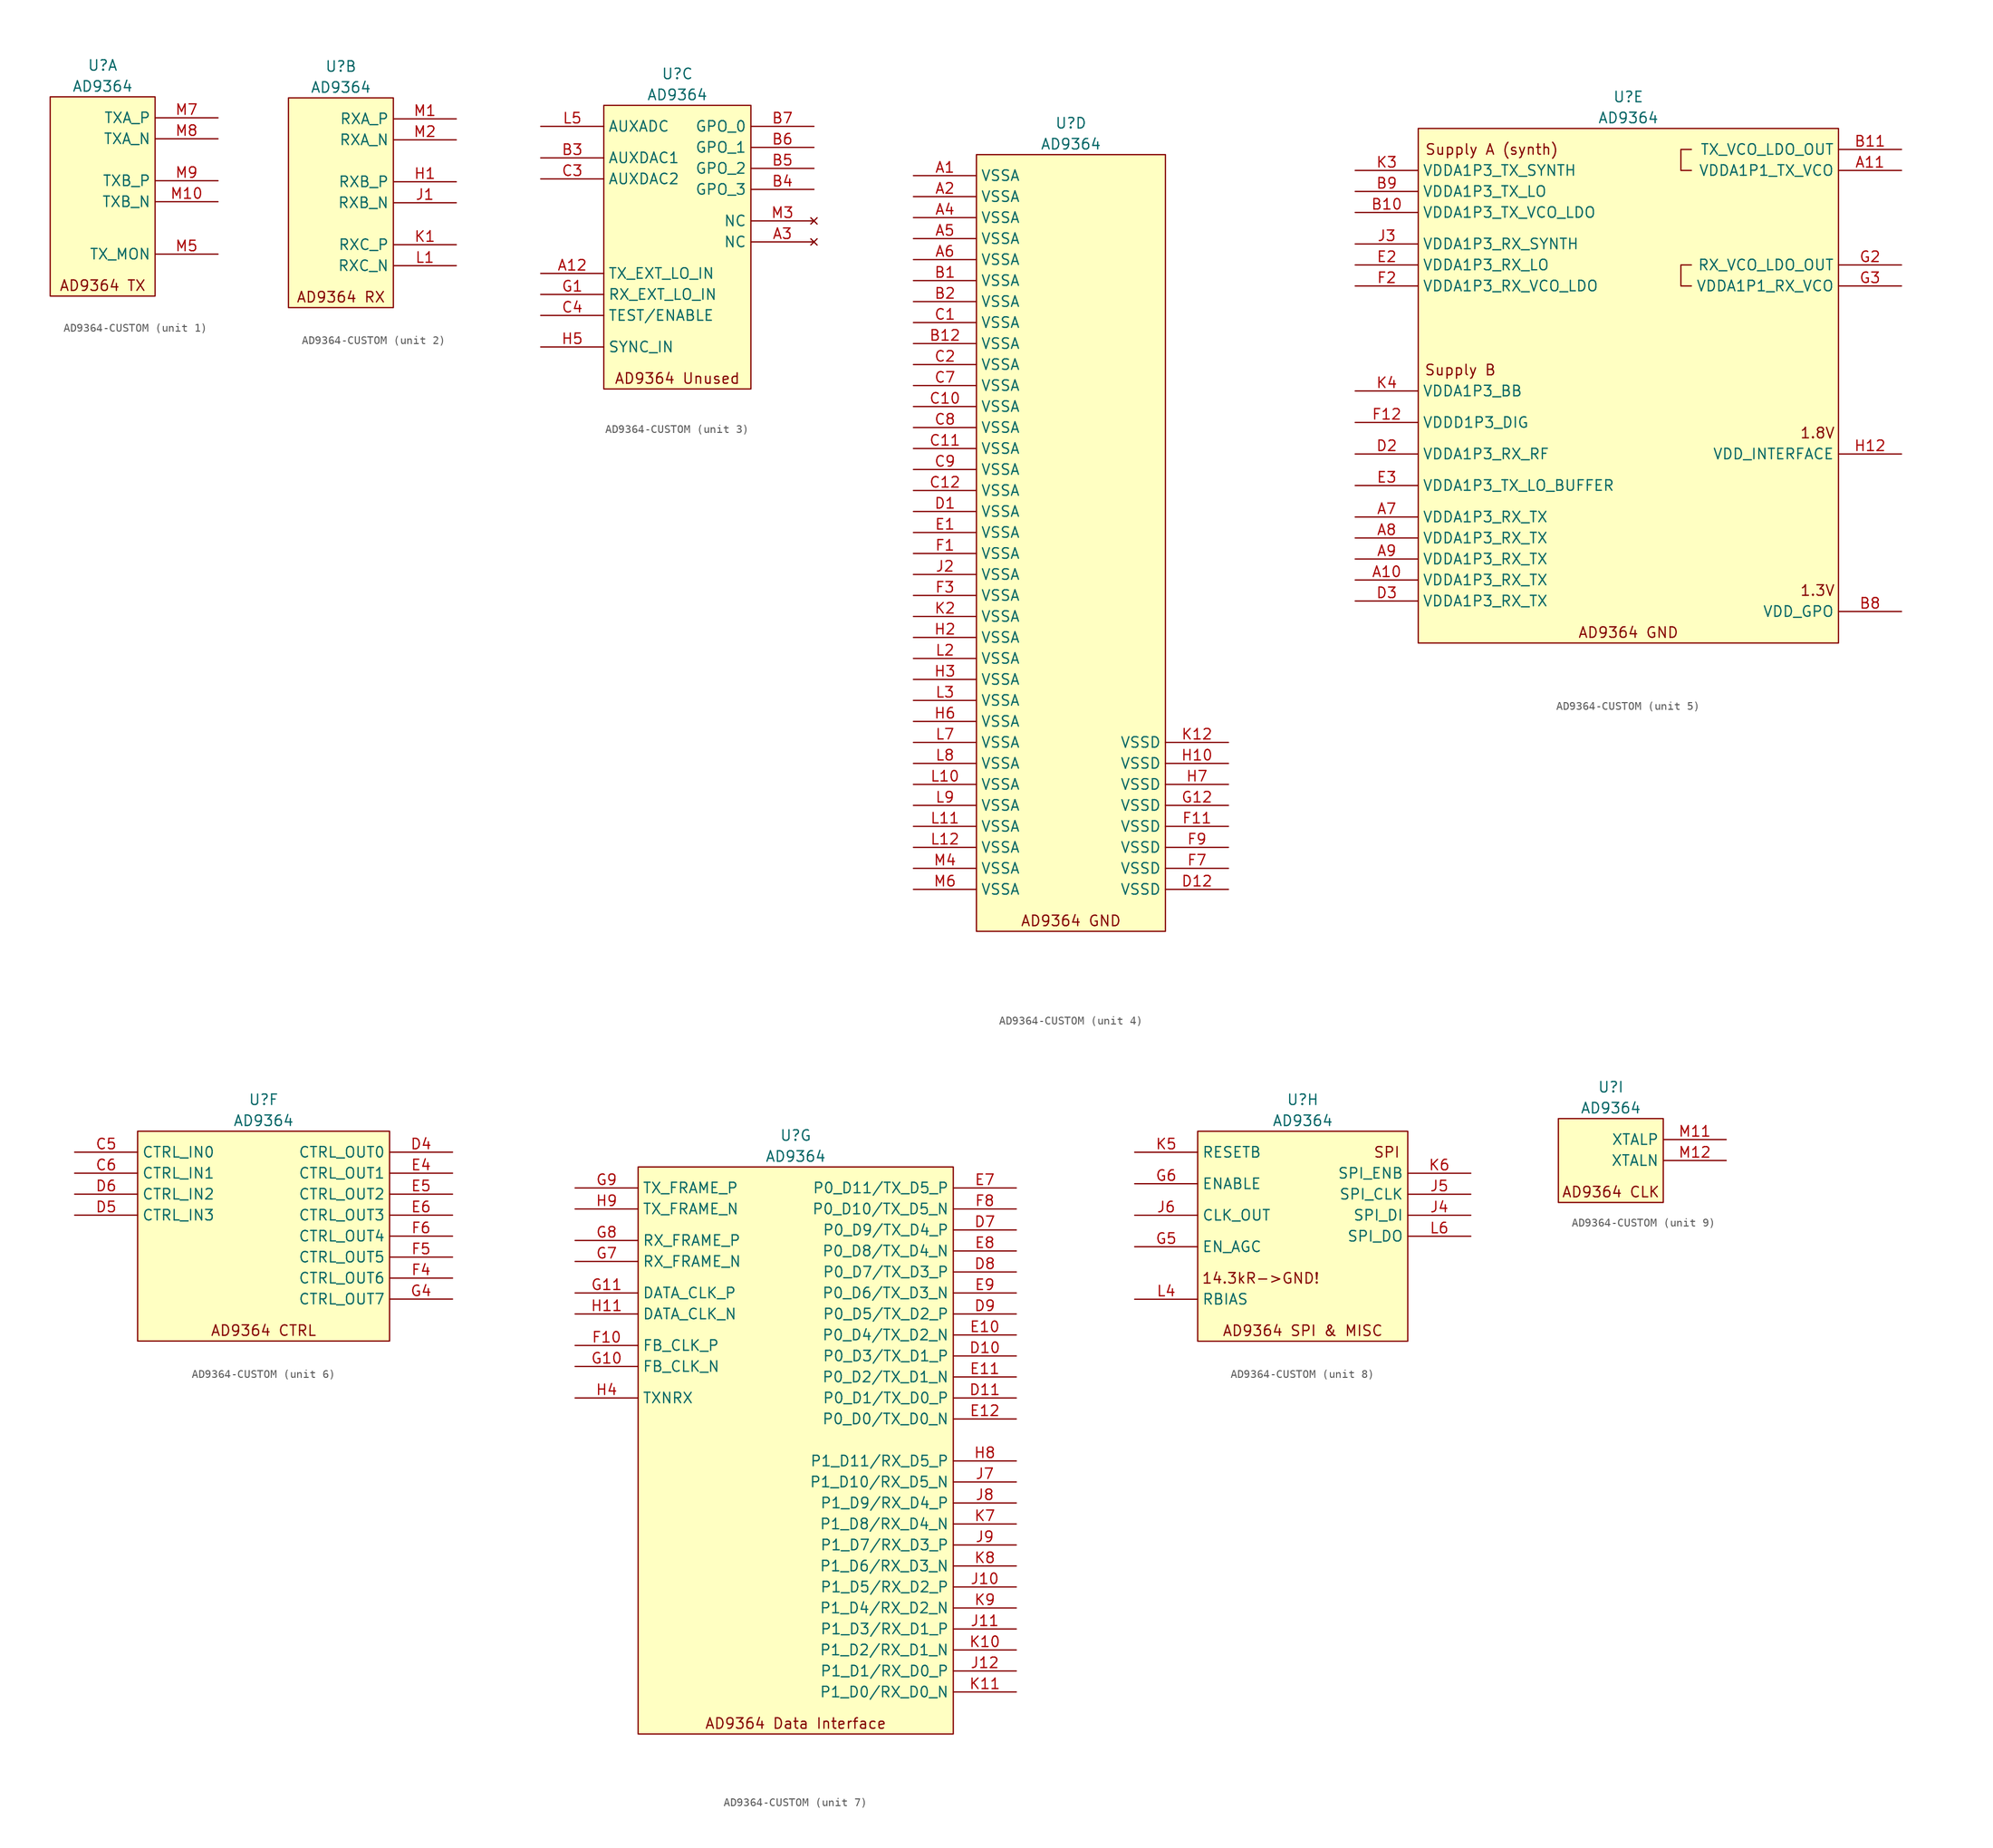
<source format=kicad_sym>
(kicad_symbol_lib
  (version 20231120)
  (generator "kicad_symbol_editor")
  (generator_version "8.0")
  (symbol "AD9364-CUSTOM"
    (property "Reference" "U"
      (at 0 3.81 0)
      (effects (font (size 1.27 1.27))))
    (property "Value" "AD9364"
      (at 0 1.27 0)
      (effects (font (size 1.27 1.27))))
    (property "ki_locked" ""
      (at 0 0 0)
      (effects (font (size 1.27 1.27))))
    (symbol "AD9364-CUSTOM_1_1"
      (unit_name "RF-TX")
      (rectangle (start -6.35 0) (end 6.35 -24.13) (stroke (width 0) (type default)) (fill (type background)))
      (text "AD9364 TX" (at 0 -22.86 0) (effects (font (size 1.27 1.27))))
      (pin unspecified line (at 13.97 -12.7 180) (length 7.62) (name "TXB_N" (effects (font (size 1.27 1.27)))) (number "M10" (effects (font (size 1.27 1.27)))))
      (pin unspecified line (at 13.97 -19.05 180) (length 7.62) (name "TX_MON" (effects (font (size 1.27 1.27)))) (number "M5" (effects (font (size 1.27 1.27)))))
      (pin unspecified line (at 13.97 -2.54 180) (length 7.62) (name "TXA_P" (effects (font (size 1.27 1.27)))) (number "M7" (effects (font (size 1.27 1.27)))))
      (pin unspecified line (at 13.97 -5.08 180) (length 7.62) (name "TXA_N" (effects (font (size 1.27 1.27)))) (number "M8" (effects (font (size 1.27 1.27)))))
      (pin unspecified line (at 13.97 -10.16 180) (length 7.62) (name "TXB_P" (effects (font (size 1.27 1.27)))) (number "M9" (effects (font (size 1.27 1.27))))))
    (symbol "AD9364-CUSTOM_2_1"
      (unit_name "RF-RX")
      (rectangle (start -6.35 0) (end 6.35 -25.4) (stroke (width 0) (type default)) (fill (type background)))
      (text "AD9364 RX" (at 0 -24.13 0) (effects (font (size 1.27 1.27))))
      (pin unspecified line (at 13.97 -10.16 180) (length 7.62) (name "RXB_P" (effects (font (size 1.27 1.27)))) (number "H1" (effects (font (size 1.27 1.27)))))
      (pin unspecified line (at 13.97 -12.7 180) (length 7.62) (name "RXB_N" (effects (font (size 1.27 1.27)))) (number "J1" (effects (font (size 1.27 1.27)))))
      (pin unspecified line (at 13.97 -17.78 180) (length 7.62) (name "RXC_P" (effects (font (size 1.27 1.27)))) (number "K1" (effects (font (size 1.27 1.27)))))
      (pin unspecified line (at 13.97 -20.32 180) (length 7.62) (name "RXC_N" (effects (font (size 1.27 1.27)))) (number "L1" (effects (font (size 1.27 1.27)))))
      (pin unspecified line (at 13.97 -2.54 180) (length 7.62) (name "RXA_P" (effects (font (size 1.27 1.27)))) (number "M1" (effects (font (size 1.27 1.27)))))
      (pin unspecified line (at 13.97 -5.08 180) (length 7.62) (name "RXA_N" (effects (font (size 1.27 1.27)))) (number "M2" (effects (font (size 1.27 1.27))))))
    (symbol "AD9364-CUSTOM_3_1"
      (unit_name "Unused")
      (rectangle (start -8.89 0) (end 8.89 -34.29) (stroke (width 0) (type default)) (fill (type background)))
      (text "AD9364 Unused" (at 0 -33.02 0) (effects (font (size 1.27 1.27))))
      (pin unspecified line (at -16.51 -20.32 0) (length 7.62) (name "TX_EXT_LO_IN" (effects (font (size 1.27 1.27)))) (number "A12" (effects (font (size 1.27 1.27)))))
      (pin no_connect line (at 16.51 -16.51 180) (length 7.62) (name "NC" (effects (font (size 1.27 1.27)))) (number "A3" (effects (font (size 1.27 1.27)))))
      (pin unspecified line (at -16.51 -6.35 0) (length 7.62) (name "AUXDAC1" (effects (font (size 1.27 1.27)))) (number "B3" (effects (font (size 1.27 1.27)))))
      (pin unspecified line (at 16.51 -10.16 180) (length 7.62) (name "GPO_3" (effects (font (size 1.27 1.27)))) (number "B4" (effects (font (size 1.27 1.27)))))
      (pin unspecified line (at 16.51 -7.62 180) (length 7.62) (name "GPO_2" (effects (font (size 1.27 1.27)))) (number "B5" (effects (font (size 1.27 1.27)))))
      (pin unspecified line (at 16.51 -5.08 180) (length 7.62) (name "GPO_1" (effects (font (size 1.27 1.27)))) (number "B6" (effects (font (size 1.27 1.27)))))
      (pin unspecified line (at 16.51 -2.54 180) (length 7.62) (name "GPO_0" (effects (font (size 1.27 1.27)))) (number "B7" (effects (font (size 1.27 1.27)))))
      (pin unspecified line (at -16.51 -8.89 0) (length 7.62) (name "AUXDAC2" (effects (font (size 1.27 1.27)))) (number "C3" (effects (font (size 1.27 1.27)))))
      (pin unspecified line (at -16.51 -25.4 0) (length 7.62) (name "TEST/ENABLE" (effects (font (size 1.27 1.27)))) (number "C4" (effects (font (size 1.27 1.27)))))
      (pin unspecified line (at -16.51 -22.86 0) (length 7.62) (name "RX_EXT_LO_IN" (effects (font (size 1.27 1.27)))) (number "G1" (effects (font (size 1.27 1.27)))))
      (pin unspecified line (at -16.51 -29.21 0) (length 7.62) (name "SYNC_IN" (effects (font (size 1.27 1.27)))) (number "H5" (effects (font (size 1.27 1.27)))))
      (pin unspecified line (at -16.51 -2.54 0) (length 7.62) (name "AUXADC" (effects (font (size 1.27 1.27)))) (number "L5" (effects (font (size 1.27 1.27)))))
      (pin no_connect line (at 16.51 -13.97 180) (length 7.62) (name "NC" (effects (font (size 1.27 1.27)))) (number "M3" (effects (font (size 1.27 1.27))))))
    (symbol "AD9364-CUSTOM_4_1"
      (unit_name "Power-GND")
      (rectangle (start -11.43 0) (end 11.43 -93.98) (stroke (width 0) (type default)) (fill (type background)))
      (text "AD9364 GND" (at 0 -92.71 0) (effects (font (size 1.27 1.27))))
      (pin unspecified line (at -19.05 -2.54 0) (length 7.62) (name "VSSA" (effects (font (size 1.27 1.27)))) (number "A1" (effects (font (size 1.27 1.27)))))
      (pin unspecified line (at -19.05 -5.08 0) (length 7.62) (name "VSSA" (effects (font (size 1.27 1.27)))) (number "A2" (effects (font (size 1.27 1.27)))))
      (pin unspecified line (at -19.05 -7.62 0) (length 7.62) (name "VSSA" (effects (font (size 1.27 1.27)))) (number "A4" (effects (font (size 1.27 1.27)))))
      (pin unspecified line (at -19.05 -10.16 0) (length 7.62) (name "VSSA" (effects (font (size 1.27 1.27)))) (number "A5" (effects (font (size 1.27 1.27)))))
      (pin unspecified line (at -19.05 -12.7 0) (length 7.62) (name "VSSA" (effects (font (size 1.27 1.27)))) (number "A6" (effects (font (size 1.27 1.27)))))
      (pin unspecified line (at -19.05 -15.24 0) (length 7.62) (name "VSSA" (effects (font (size 1.27 1.27)))) (number "B1" (effects (font (size 1.27 1.27)))))
      (pin unspecified line (at -19.05 -22.86 0) (length 7.62) (name "VSSA" (effects (font (size 1.27 1.27)))) (number "B12" (effects (font (size 1.27 1.27)))))
      (pin unspecified line (at -19.05 -17.78 0) (length 7.62) (name "VSSA" (effects (font (size 1.27 1.27)))) (number "B2" (effects (font (size 1.27 1.27)))))
      (pin unspecified line (at -19.05 -20.32 0) (length 7.62) (name "VSSA" (effects (font (size 1.27 1.27)))) (number "C1" (effects (font (size 1.27 1.27)))))
      (pin unspecified line (at -19.05 -30.48 0) (length 7.62) (name "VSSA" (effects (font (size 1.27 1.27)))) (number "C10" (effects (font (size 1.27 1.27)))))
      (pin unspecified line (at -19.05 -35.56 0) (length 7.62) (name "VSSA" (effects (font (size 1.27 1.27)))) (number "C11" (effects (font (size 1.27 1.27)))))
      (pin unspecified line (at -19.05 -40.64 0) (length 7.62) (name "VSSA" (effects (font (size 1.27 1.27)))) (number "C12" (effects (font (size 1.27 1.27)))))
      (pin unspecified line (at -19.05 -25.4 0) (length 7.62) (name "VSSA" (effects (font (size 1.27 1.27)))) (number "C2" (effects (font (size 1.27 1.27)))))
      (pin unspecified line (at -19.05 -27.94 0) (length 7.62) (name "VSSA" (effects (font (size 1.27 1.27)))) (number "C7" (effects (font (size 1.27 1.27)))))
      (pin unspecified line (at -19.05 -33.02 0) (length 7.62) (name "VSSA" (effects (font (size 1.27 1.27)))) (number "C8" (effects (font (size 1.27 1.27)))))
      (pin unspecified line (at -19.05 -38.1 0) (length 7.62) (name "VSSA" (effects (font (size 1.27 1.27)))) (number "C9" (effects (font (size 1.27 1.27)))))
      (pin unspecified line (at -19.05 -43.18 0) (length 7.62) (name "VSSA" (effects (font (size 1.27 1.27)))) (number "D1" (effects (font (size 1.27 1.27)))))
      (pin unspecified line (at 19.05 -88.9 180) (length 7.62) (name "VSSD" (effects (font (size 1.27 1.27)))) (number "D12" (effects (font (size 1.27 1.27)))))
      (pin unspecified line (at -19.05 -45.72 0) (length 7.62) (name "VSSA" (effects (font (size 1.27 1.27)))) (number "E1" (effects (font (size 1.27 1.27)))))
      (pin unspecified line (at -19.05 -48.26 0) (length 7.62) (name "VSSA" (effects (font (size 1.27 1.27)))) (number "F1" (effects (font (size 1.27 1.27)))))
      (pin unspecified line (at 19.05 -81.28 180) (length 7.62) (name "VSSD" (effects (font (size 1.27 1.27)))) (number "F11" (effects (font (size 1.27 1.27)))))
      (pin unspecified line (at -19.05 -53.34 0) (length 7.62) (name "VSSA" (effects (font (size 1.27 1.27)))) (number "F3" (effects (font (size 1.27 1.27)))))
      (pin unspecified line (at 19.05 -86.36 180) (length 7.62) (name "VSSD" (effects (font (size 1.27 1.27)))) (number "F7" (effects (font (size 1.27 1.27)))))
      (pin unspecified line (at 19.05 -83.82 180) (length 7.62) (name "VSSD" (effects (font (size 1.27 1.27)))) (number "F9" (effects (font (size 1.27 1.27)))))
      (pin unspecified line (at 19.05 -78.74 180) (length 7.62) (name "VSSD" (effects (font (size 1.27 1.27)))) (number "G12" (effects (font (size 1.27 1.27)))))
      (pin unspecified line (at 19.05 -73.66 180) (length 7.62) (name "VSSD" (effects (font (size 1.27 1.27)))) (number "H10" (effects (font (size 1.27 1.27)))))
      (pin unspecified line (at -19.05 -58.42 0) (length 7.62) (name "VSSA" (effects (font (size 1.27 1.27)))) (number "H2" (effects (font (size 1.27 1.27)))))
      (pin unspecified line (at -19.05 -63.5 0) (length 7.62) (name "VSSA" (effects (font (size 1.27 1.27)))) (number "H3" (effects (font (size 1.27 1.27)))))
      (pin unspecified line (at -19.05 -68.58 0) (length 7.62) (name "VSSA" (effects (font (size 1.27 1.27)))) (number "H6" (effects (font (size 1.27 1.27)))))
      (pin unspecified line (at 19.05 -76.2 180) (length 7.62) (name "VSSD" (effects (font (size 1.27 1.27)))) (number "H7" (effects (font (size 1.27 1.27)))))
      (pin unspecified line (at -19.05 -50.8 0) (length 7.62) (name "VSSA" (effects (font (size 1.27 1.27)))) (number "J2" (effects (font (size 1.27 1.27)))))
      (pin unspecified line (at 19.05 -71.12 180) (length 7.62) (name "VSSD" (effects (font (size 1.27 1.27)))) (number "K12" (effects (font (size 1.27 1.27)))))
      (pin unspecified line (at -19.05 -55.88 0) (length 7.62) (name "VSSA" (effects (font (size 1.27 1.27)))) (number "K2" (effects (font (size 1.27 1.27)))))
      (pin unspecified line (at -19.05 -76.2 0) (length 7.62) (name "VSSA" (effects (font (size 1.27 1.27)))) (number "L10" (effects (font (size 1.27 1.27)))))
      (pin unspecified line (at -19.05 -81.28 0) (length 7.62) (name "VSSA" (effects (font (size 1.27 1.27)))) (number "L11" (effects (font (size 1.27 1.27)))))
      (pin unspecified line (at -19.05 -83.82 0) (length 7.62) (name "VSSA" (effects (font (size 1.27 1.27)))) (number "L12" (effects (font (size 1.27 1.27)))))
      (pin unspecified line (at -19.05 -60.96 0) (length 7.62) (name "VSSA" (effects (font (size 1.27 1.27)))) (number "L2" (effects (font (size 1.27 1.27)))))
      (pin unspecified line (at -19.05 -66.04 0) (length 7.62) (name "VSSA" (effects (font (size 1.27 1.27)))) (number "L3" (effects (font (size 1.27 1.27)))))
      (pin unspecified line (at -19.05 -71.12 0) (length 7.62) (name "VSSA" (effects (font (size 1.27 1.27)))) (number "L7" (effects (font (size 1.27 1.27)))))
      (pin unspecified line (at -19.05 -73.66 0) (length 7.62) (name "VSSA" (effects (font (size 1.27 1.27)))) (number "L8" (effects (font (size 1.27 1.27)))))
      (pin unspecified line (at -19.05 -78.74 0) (length 7.62) (name "VSSA" (effects (font (size 1.27 1.27)))) (number "L9" (effects (font (size 1.27 1.27)))))
      (pin unspecified line (at -19.05 -86.36 0) (length 7.62) (name "VSSA" (effects (font (size 1.27 1.27)))) (number "M4" (effects (font (size 1.27 1.27)))))
      (pin unspecified line (at -19.05 -88.9 0) (length 7.62) (name "VSSA" (effects (font (size 1.27 1.27)))) (number "M6" (effects (font (size 1.27 1.27))))))
    (symbol "AD9364-CUSTOM_5_1"
      (unit_name "Power")
      (rectangle (start -25.4 0) (end 25.4 -62.23) (stroke (width 0) (type default)) (fill (type background)))
      (polyline (pts (xy 7.62 -16.51) (xy 6.35 -16.51) (xy 6.35 -19.05) (xy 7.62 -19.05)) (stroke (width 0) (type default)) (fill (type none)))
      (polyline (pts (xy 7.62 -2.54) (xy 6.35 -2.54) (xy 6.35 -5.08) (xy 7.62 -5.08)) (stroke (width 0) (type default)) (fill (type none)))
      (text "1.3V" (at 22.86 -55.88 0) (effects (font (size 1.27 1.27))))
      (text "1.8V" (at 22.86 -36.83 0) (effects (font (size 1.27 1.27))))
      (text "AD9364 GND" (at 0 -60.96 0) (effects (font (size 1.27 1.27))))
      (text "Supply A (synth)" (at -16.51 -2.54 0) (effects (font (size 1.27 1.27))))
      (text "Supply B" (at -20.32 -29.21 0) (effects (font (size 1.27 1.27))))
      (pin unspecified line (at -33.02 -54.61 0) (length 7.62) (name "VDDA1P3_RX_TX" (effects (font (size 1.27 1.27)))) (number "A10" (effects (font (size 1.27 1.27)))))
      (pin unspecified line (at 33.02 -5.08 180) (length 7.62) (name "VDDA1P1_TX_VCO" (effects (font (size 1.27 1.27)))) (number "A11" (effects (font (size 1.27 1.27)))))
      (pin unspecified line (at -33.02 -46.99 0) (length 7.62) (name "VDDA1P3_RX_TX" (effects (font (size 1.27 1.27)))) (number "A7" (effects (font (size 1.27 1.27)))))
      (pin unspecified line (at -33.02 -49.53 0) (length 7.62) (name "VDDA1P3_RX_TX" (effects (font (size 1.27 1.27)))) (number "A8" (effects (font (size 1.27 1.27)))))
      (pin unspecified line (at -33.02 -52.07 0) (length 7.62) (name "VDDA1P3_RX_TX" (effects (font (size 1.27 1.27)))) (number "A9" (effects (font (size 1.27 1.27)))))
      (pin unspecified line (at -33.02 -10.16 0) (length 7.62) (name "VDDA1P3_TX_VCO_LDO" (effects (font (size 1.27 1.27)))) (number "B10" (effects (font (size 1.27 1.27)))))
      (pin unspecified line (at 33.02 -2.54 180) (length 7.62) (name "TX_VCO_LDO_OUT" (effects (font (size 1.27 1.27)))) (number "B11" (effects (font (size 1.27 1.27)))))
      (pin unspecified line (at 33.02 -58.42 180) (length 7.62) (name "VDD_GPO" (effects (font (size 1.27 1.27)))) (number "B8" (effects (font (size 1.27 1.27)))))
      (pin unspecified line (at -33.02 -7.62 0) (length 7.62) (name "VDDA1P3_TX_LO" (effects (font (size 1.27 1.27)))) (number "B9" (effects (font (size 1.27 1.27)))))
      (pin unspecified line (at -33.02 -39.37 0) (length 7.62) (name "VDDA1P3_RX_RF" (effects (font (size 1.27 1.27)))) (number "D2" (effects (font (size 1.27 1.27)))))
      (pin unspecified line (at -33.02 -57.15 0) (length 7.62) (name "VDDA1P3_RX_TX" (effects (font (size 1.27 1.27)))) (number "D3" (effects (font (size 1.27 1.27)))))
      (pin unspecified line (at -33.02 -16.51 0) (length 7.62) (name "VDDA1P3_RX_LO" (effects (font (size 1.27 1.27)))) (number "E2" (effects (font (size 1.27 1.27)))))
      (pin unspecified line (at -33.02 -43.18 0) (length 7.62) (name "VDDA1P3_TX_LO_BUFFER" (effects (font (size 1.27 1.27)))) (number "E3" (effects (font (size 1.27 1.27)))))
      (pin unspecified line (at -33.02 -35.56 0) (length 7.62) (name "VDDD1P3_DIG" (effects (font (size 1.27 1.27)))) (number "F12" (effects (font (size 1.27 1.27)))))
      (pin unspecified line (at -33.02 -19.05 0) (length 7.62) (name "VDDA1P3_RX_VCO_LDO" (effects (font (size 1.27 1.27)))) (number "F2" (effects (font (size 1.27 1.27)))))
      (pin unspecified line (at 33.02 -16.51 180) (length 7.62) (name "RX_VCO_LDO_OUT" (effects (font (size 1.27 1.27)))) (number "G2" (effects (font (size 1.27 1.27)))))
      (pin unspecified line (at 33.02 -19.05 180) (length 7.62) (name "VDDA1P1_RX_VCO" (effects (font (size 1.27 1.27)))) (number "G3" (effects (font (size 1.27 1.27)))))
      (pin unspecified line (at 33.02 -39.37 180) (length 7.62) (name "VDD_INTERFACE" (effects (font (size 1.27 1.27)))) (number "H12" (effects (font (size 1.27 1.27)))))
      (pin unspecified line (at -33.02 -13.97 0) (length 7.62) (name "VDDA1P3_RX_SYNTH" (effects (font (size 1.27 1.27)))) (number "J3" (effects (font (size 1.27 1.27)))))
      (pin unspecified line (at -33.02 -5.08 0) (length 7.62) (name "VDDA1P3_TX_SYNTH" (effects (font (size 1.27 1.27)))) (number "K3" (effects (font (size 1.27 1.27)))))
      (pin unspecified line (at -33.02 -31.75 0) (length 7.62) (name "VDDA1P3_BB" (effects (font (size 1.27 1.27)))) (number "K4" (effects (font (size 1.27 1.27))))))
    (symbol "AD9364-CUSTOM_6_1"
      (unit_name "IO-CTRL")
      (rectangle (start -15.24 0) (end 15.24 -25.4) (stroke (width 0) (type default)) (fill (type background)))
      (text "AD9364 CTRL" (at 0 -24.13 0) (effects (font (size 1.27 1.27))))
      (pin unspecified line (at -22.86 -2.54 0) (length 7.62) (name "CTRL_IN0" (effects (font (size 1.27 1.27)))) (number "C5" (effects (font (size 1.27 1.27)))))
      (pin unspecified line (at -22.86 -5.08 0) (length 7.62) (name "CTRL_IN1" (effects (font (size 1.27 1.27)))) (number "C6" (effects (font (size 1.27 1.27)))))
      (pin unspecified line (at 22.86 -2.54 180) (length 7.62) (name "CTRL_OUT0" (effects (font (size 1.27 1.27)))) (number "D4" (effects (font (size 1.27 1.27)))))
      (pin unspecified line (at -22.86 -10.16 0) (length 7.62) (name "CTRL_IN3" (effects (font (size 1.27 1.27)))) (number "D5" (effects (font (size 1.27 1.27)))))
      (pin unspecified line (at -22.86 -7.62 0) (length 7.62) (name "CTRL_IN2" (effects (font (size 1.27 1.27)))) (number "D6" (effects (font (size 1.27 1.27)))))
      (pin unspecified line (at 22.86 -5.08 180) (length 7.62) (name "CTRL_OUT1" (effects (font (size 1.27 1.27)))) (number "E4" (effects (font (size 1.27 1.27)))))
      (pin unspecified line (at 22.86 -7.62 180) (length 7.62) (name "CTRL_OUT2" (effects (font (size 1.27 1.27)))) (number "E5" (effects (font (size 1.27 1.27)))))
      (pin unspecified line (at 22.86 -10.16 180) (length 7.62) (name "CTRL_OUT3" (effects (font (size 1.27 1.27)))) (number "E6" (effects (font (size 1.27 1.27)))))
      (pin unspecified line (at 22.86 -17.78 180) (length 7.62) (name "CTRL_OUT6" (effects (font (size 1.27 1.27)))) (number "F4" (effects (font (size 1.27 1.27)))))
      (pin unspecified line (at 22.86 -15.24 180) (length 7.62) (name "CTRL_OUT5" (effects (font (size 1.27 1.27)))) (number "F5" (effects (font (size 1.27 1.27)))))
      (pin unspecified line (at 22.86 -12.7 180) (length 7.62) (name "CTRL_OUT4" (effects (font (size 1.27 1.27)))) (number "F6" (effects (font (size 1.27 1.27)))))
      (pin unspecified line (at 22.86 -20.32 180) (length 7.62) (name "CTRL_OUT7" (effects (font (size 1.27 1.27)))) (number "G4" (effects (font (size 1.27 1.27))))))
    (symbol "AD9364-CUSTOM_7_1"
      (unit_name "IO-Data-Interface")
      (rectangle (start -19.05 0) (end 19.05 -68.58) (stroke (width 0) (type default)) (fill (type background)))
      (text "AD9364 Data Interface" (at 0 -67.31 0) (effects (font (size 1.27 1.27))))
      (pin unspecified line (at 26.67 -22.86 180) (length 7.62) (name "P0_D3/TX_D1_P" (effects (font (size 1.27 1.27)))) (number "D10" (effects (font (size 1.27 1.27)))))
      (pin unspecified line (at 26.67 -27.94 180) (length 7.62) (name "P0_D1/TX_D0_P" (effects (font (size 1.27 1.27)))) (number "D11" (effects (font (size 1.27 1.27)))))
      (pin unspecified line (at 26.67 -7.62 180) (length 7.62) (name "P0_D9/TX_D4_P" (effects (font (size 1.27 1.27)))) (number "D7" (effects (font (size 1.27 1.27)))))
      (pin unspecified line (at 26.67 -12.7 180) (length 7.62) (name "P0_D7/TX_D3_P" (effects (font (size 1.27 1.27)))) (number "D8" (effects (font (size 1.27 1.27)))))
      (pin unspecified line (at 26.67 -17.78 180) (length 7.62) (name "P0_D5/TX_D2_P" (effects (font (size 1.27 1.27)))) (number "D9" (effects (font (size 1.27 1.27)))))
      (pin unspecified line (at 26.67 -20.32 180) (length 7.62) (name "P0_D4/TX_D2_N" (effects (font (size 1.27 1.27)))) (number "E10" (effects (font (size 1.27 1.27)))))
      (pin unspecified line (at 26.67 -25.4 180) (length 7.62) (name "P0_D2/TX_D1_N" (effects (font (size 1.27 1.27)))) (number "E11" (effects (font (size 1.27 1.27)))))
      (pin unspecified line (at 26.67 -30.48 180) (length 7.62) (name "P0_D0/TX_D0_N" (effects (font (size 1.27 1.27)))) (number "E12" (effects (font (size 1.27 1.27)))))
      (pin unspecified line (at 26.67 -2.54 180) (length 7.62) (name "P0_D11/TX_D5_P" (effects (font (size 1.27 1.27)))) (number "E7" (effects (font (size 1.27 1.27)))))
      (pin unspecified line (at 26.67 -10.16 180) (length 7.62) (name "P0_D8/TX_D4_N" (effects (font (size 1.27 1.27)))) (number "E8" (effects (font (size 1.27 1.27)))))
      (pin unspecified line (at 26.67 -15.24 180) (length 7.62) (name "P0_D6/TX_D3_N" (effects (font (size 1.27 1.27)))) (number "E9" (effects (font (size 1.27 1.27)))))
      (pin unspecified line (at -26.67 -21.59 0) (length 7.62) (name "FB_CLK_P" (effects (font (size 1.27 1.27)))) (number "F10" (effects (font (size 1.27 1.27)))))
      (pin unspecified line (at 26.67 -5.08 180) (length 7.62) (name "P0_D10/TX_D5_N" (effects (font (size 1.27 1.27)))) (number "F8" (effects (font (size 1.27 1.27)))))
      (pin unspecified line (at -26.67 -24.13 0) (length 7.62) (name "FB_CLK_N" (effects (font (size 1.27 1.27)))) (number "G10" (effects (font (size 1.27 1.27)))))
      (pin unspecified line (at -26.67 -15.24 0) (length 7.62) (name "DATA_CLK_P" (effects (font (size 1.27 1.27)))) (number "G11" (effects (font (size 1.27 1.27)))))
      (pin unspecified line (at -26.67 -11.43 0) (length 7.62) (name "RX_FRAME_N" (effects (font (size 1.27 1.27)))) (number "G7" (effects (font (size 1.27 1.27)))))
      (pin unspecified line (at -26.67 -8.89 0) (length 7.62) (name "RX_FRAME_P" (effects (font (size 1.27 1.27)))) (number "G8" (effects (font (size 1.27 1.27)))))
      (pin unspecified line (at -26.67 -2.54 0) (length 7.62) (name "TX_FRAME_P" (effects (font (size 1.27 1.27)))) (number "G9" (effects (font (size 1.27 1.27)))))
      (pin unspecified line (at -26.67 -17.78 0) (length 7.62) (name "DATA_CLK_N" (effects (font (size 1.27 1.27)))) (number "H11" (effects (font (size 1.27 1.27)))))
      (pin unspecified line (at -26.67 -27.94 0) (length 7.62) (name "TXNRX" (effects (font (size 1.27 1.27)))) (number "H4" (effects (font (size 1.27 1.27)))))
      (pin unspecified line (at 26.67 -35.56 180) (length 7.62) (name "P1_D11/RX_D5_P" (effects (font (size 1.27 1.27)))) (number "H8" (effects (font (size 1.27 1.27)))))
      (pin unspecified line (at -26.67 -5.08 0) (length 7.62) (name "TX_FRAME_N" (effects (font (size 1.27 1.27)))) (number "H9" (effects (font (size 1.27 1.27)))))
      (pin unspecified line (at 26.67 -50.8 180) (length 7.62) (name "P1_D5/RX_D2_P" (effects (font (size 1.27 1.27)))) (number "J10" (effects (font (size 1.27 1.27)))))
      (pin unspecified line (at 26.67 -55.88 180) (length 7.62) (name "P1_D3/RX_D1_P" (effects (font (size 1.27 1.27)))) (number "J11" (effects (font (size 1.27 1.27)))))
      (pin unspecified line (at 26.67 -60.96 180) (length 7.62) (name "P1_D1/RX_D0_P" (effects (font (size 1.27 1.27)))) (number "J12" (effects (font (size 1.27 1.27)))))
      (pin unspecified line (at 26.67 -38.1 180) (length 7.62) (name "P1_D10/RX_D5_N" (effects (font (size 1.27 1.27)))) (number "J7" (effects (font (size 1.27 1.27)))))
      (pin unspecified line (at 26.67 -40.64 180) (length 7.62) (name "P1_D9/RX_D4_P" (effects (font (size 1.27 1.27)))) (number "J8" (effects (font (size 1.27 1.27)))))
      (pin unspecified line (at 26.67 -45.72 180) (length 7.62) (name "P1_D7/RX_D3_P" (effects (font (size 1.27 1.27)))) (number "J9" (effects (font (size 1.27 1.27)))))
      (pin unspecified line (at 26.67 -58.42 180) (length 7.62) (name "P1_D2/RX_D1_N" (effects (font (size 1.27 1.27)))) (number "K10" (effects (font (size 1.27 1.27)))))
      (pin unspecified line (at 26.67 -63.5 180) (length 7.62) (name "P1_D0/RX_D0_N" (effects (font (size 1.27 1.27)))) (number "K11" (effects (font (size 1.27 1.27)))))
      (pin unspecified line (at 26.67 -43.18 180) (length 7.62) (name "P1_D8/RX_D4_N" (effects (font (size 1.27 1.27)))) (number "K7" (effects (font (size 1.27 1.27)))))
      (pin unspecified line (at 26.67 -48.26 180) (length 7.62) (name "P1_D6/RX_D3_N" (effects (font (size 1.27 1.27)))) (number "K8" (effects (font (size 1.27 1.27)))))
      (pin unspecified line (at 26.67 -53.34 180) (length 7.62) (name "P1_D4/RX_D2_N" (effects (font (size 1.27 1.27)))) (number "K9" (effects (font (size 1.27 1.27))))))
    (symbol "AD9364-CUSTOM_8_1"
      (unit_name "IO-SPI&MISC")
      (rectangle (start -12.7 0) (end 12.7 -25.4) (stroke (width 0) (type default)) (fill (type background)))
      (text "14.3kR->GND!" (at -5.08 -17.78 0) (effects (font (size 1.27 1.27))))
      (text "AD9364 SPI & MISC" (at 0 -24.13 0) (effects (font (size 1.27 1.27))))
      (text "SPI" (at 10.16 -2.54 0) (effects (font (size 1.27 1.27))))
      (pin unspecified line (at -20.32 -13.97 0) (length 7.62) (name "EN_AGC" (effects (font (size 1.27 1.27)))) (number "G5" (effects (font (size 1.27 1.27)))))
      (pin unspecified line (at -20.32 -6.35 0) (length 7.62) (name "ENABLE" (effects (font (size 1.27 1.27)))) (number "G6" (effects (font (size 1.27 1.27)))))
      (pin unspecified line (at 20.32 -10.16 180) (length 7.62) (name "SPI_DI" (effects (font (size 1.27 1.27)))) (number "J4" (effects (font (size 1.27 1.27)))))
      (pin unspecified line (at 20.32 -7.62 180) (length 7.62) (name "SPI_CLK" (effects (font (size 1.27 1.27)))) (number "J5" (effects (font (size 1.27 1.27)))))
      (pin unspecified line (at -20.32 -10.16 0) (length 7.62) (name "CLK_OUT" (effects (font (size 1.27 1.27)))) (number "J6" (effects (font (size 1.27 1.27)))))
      (pin unspecified line (at -20.32 -2.54 0) (length 7.62) (name "RESETB" (effects (font (size 1.27 1.27)))) (number "K5" (effects (font (size 1.27 1.27)))))
      (pin unspecified line (at 20.32 -5.08 180) (length 7.62) (name "SPI_ENB" (effects (font (size 1.27 1.27)))) (number "K6" (effects (font (size 1.27 1.27)))))
      (pin unspecified line (at -20.32 -20.32 0) (length 7.62) (name "RBIAS" (effects (font (size 1.27 1.27)))) (number "L4" (effects (font (size 1.27 1.27)))))
      (pin unspecified line (at 20.32 -12.7 180) (length 7.62) (name "SPI_DO" (effects (font (size 1.27 1.27)))) (number "L6" (effects (font (size 1.27 1.27))))))
    (symbol "AD9364-CUSTOM_9_1"
      (unit_name "CLK")
      (rectangle (start -6.35 0) (end 6.35 -10.16) (stroke (width 0) (type default)) (fill (type background)))
      (text "AD9364 CLK" (at 0 -8.89 0) (effects (font (size 1.27 1.27))))
      (pin unspecified line (at 13.97 -2.54 180) (length 7.62) (name "XTALP" (effects (font (size 1.27 1.27)))) (number "M11" (effects (font (size 1.27 1.27)))))
      (pin unspecified line (at 13.97 -5.08 180) (length 7.62) (name "XTALN" (effects (font (size 1.27 1.27)))) (number "M12" (effects (font (size 1.27 1.27))))))))
</source>
